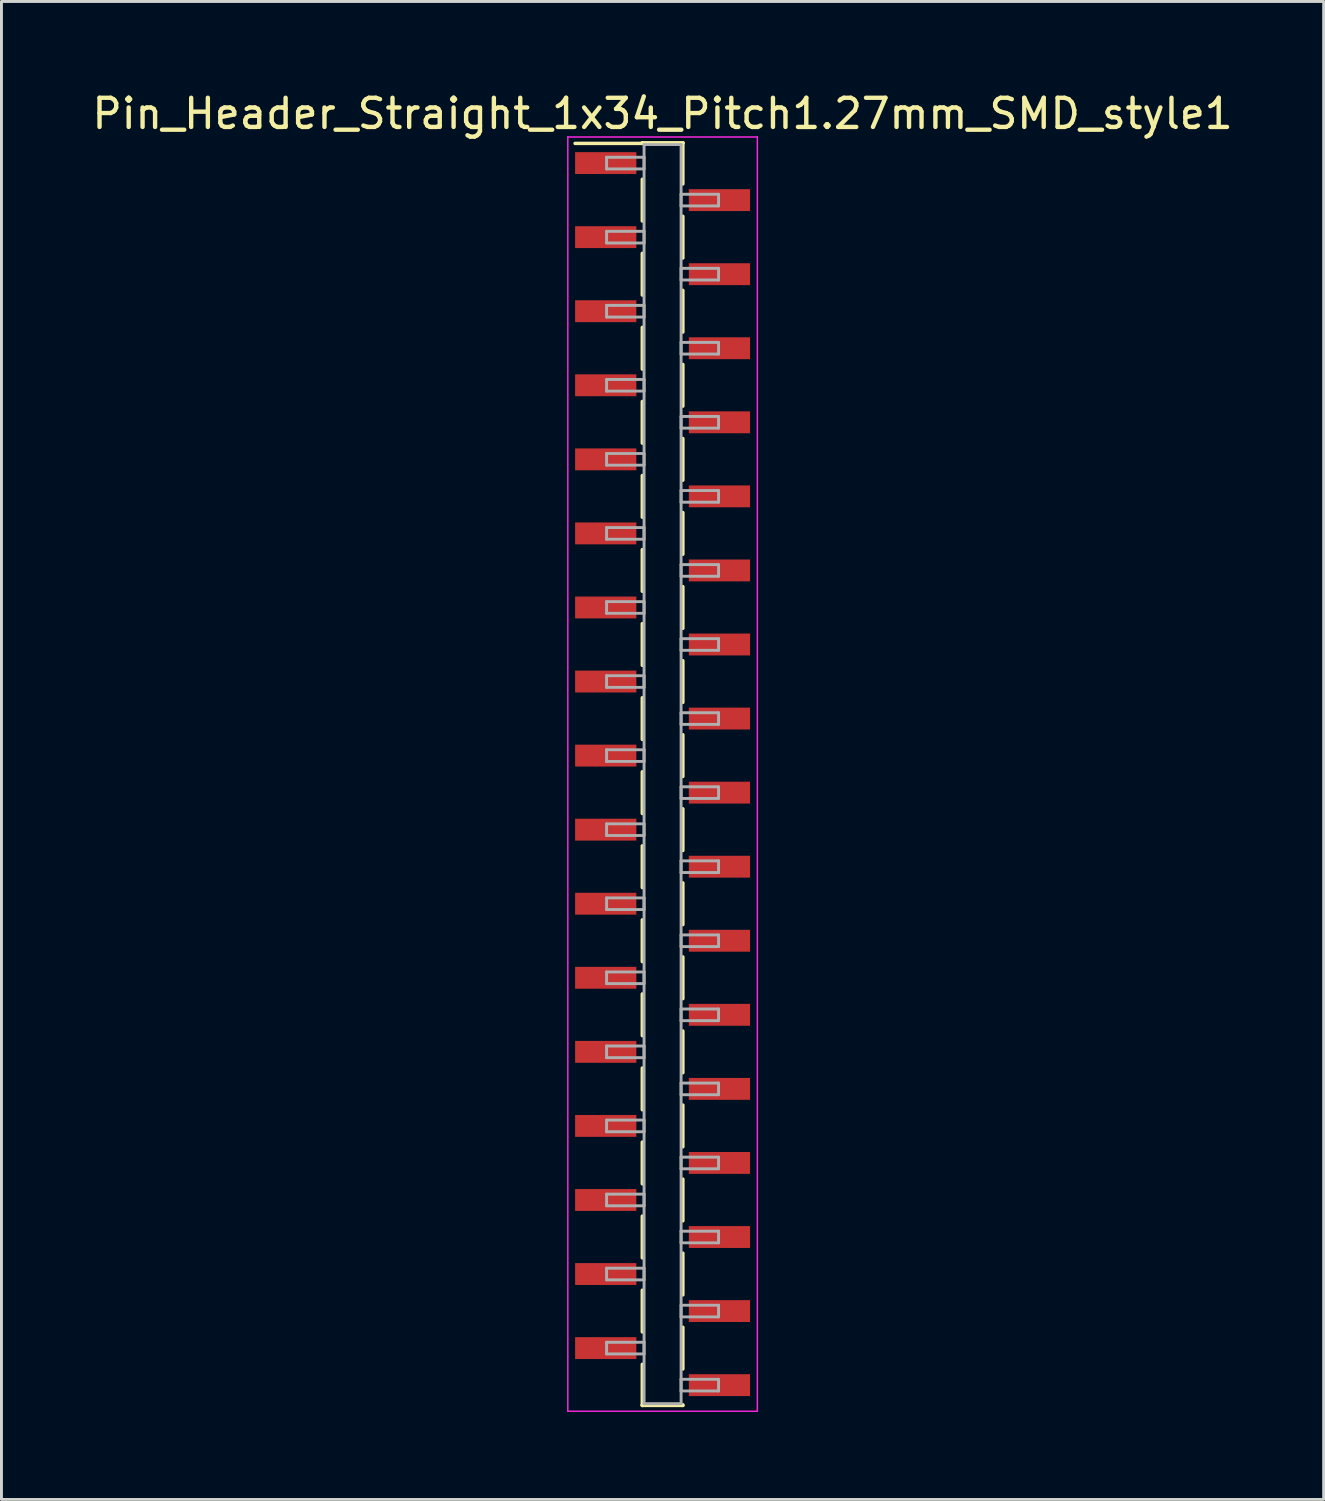
<source format=kicad_pcb>
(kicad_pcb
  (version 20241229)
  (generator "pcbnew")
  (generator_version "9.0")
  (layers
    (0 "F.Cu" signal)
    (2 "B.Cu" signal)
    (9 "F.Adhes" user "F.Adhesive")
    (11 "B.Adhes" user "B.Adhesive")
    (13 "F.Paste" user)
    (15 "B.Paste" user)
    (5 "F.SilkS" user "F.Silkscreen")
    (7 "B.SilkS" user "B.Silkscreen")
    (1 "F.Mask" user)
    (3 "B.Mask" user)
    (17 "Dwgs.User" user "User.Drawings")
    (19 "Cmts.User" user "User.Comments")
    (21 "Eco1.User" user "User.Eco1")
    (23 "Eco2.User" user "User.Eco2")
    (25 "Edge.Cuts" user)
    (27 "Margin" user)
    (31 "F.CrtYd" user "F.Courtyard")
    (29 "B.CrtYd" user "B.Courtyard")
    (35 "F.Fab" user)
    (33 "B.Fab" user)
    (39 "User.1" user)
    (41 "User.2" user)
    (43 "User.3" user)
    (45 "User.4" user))
  (footprint "Pin_Header_Straight_1x34_Pitch1.27mm_SMD_style1"
    (layer "F.Cu")
    (at 19.673 23.498)
    (property "Reference" "Pin_Header_Straight_1x34_Pitch1.27mm_SMD_style1" (at 0 -22.65 0) (layer "F.SilkS") (effects (font (size 1 1) (thickness 0.15))))
    (attr smd)
    (fp_line (start -0.695 -21.65) (end 0.695 -21.65) (stroke (width 0.12) (type solid)) (layer "F.SilkS"))
    (fp_line (start -0.695 -21.63) (end -3 -21.63) (stroke (width 0.12) (type solid)) (layer "F.SilkS"))
    (fp_line (start -0.695 -21.63) (end -0.695 -21.65) (stroke (width 0.12) (type solid)) (layer "F.SilkS"))
    (fp_line (start -0.695 -20.4) (end -0.695 -18.97) (stroke (width 0.12) (type solid)) (layer "F.SilkS"))
    (fp_line (start -0.695 -17.86) (end -0.695 -16.43) (stroke (width 0.12) (type solid)) (layer "F.SilkS"))
    (fp_line (start -0.695 -15.32) (end -0.695 -13.89) (stroke (width 0.12) (type solid)) (layer "F.SilkS"))
    (fp_line (start -0.695 -12.78) (end -0.695 -11.35) (stroke (width 0.12) (type solid)) (layer "F.SilkS"))
    (fp_line (start -0.695 -10.24) (end -0.695 -8.81) (stroke (width 0.12) (type solid)) (layer "F.SilkS"))
    (fp_line (start -0.695 -7.7) (end -0.695 -6.27) (stroke (width 0.12) (type solid)) (layer "F.SilkS"))
    (fp_line (start -0.695 -5.16) (end -0.695 -3.73) (stroke (width 0.12) (type solid)) (layer "F.SilkS"))
    (fp_line (start -0.695 -2.62) (end -0.695 -1.19) (stroke (width 0.12) (type solid)) (layer "F.SilkS"))
    (fp_line (start -0.695 -0.08) (end -0.695 1.35) (stroke (width 0.12) (type solid)) (layer "F.SilkS"))
    (fp_line (start -0.695 2.46) (end -0.695 3.89) (stroke (width 0.12) (type solid)) (layer "F.SilkS"))
    (fp_line (start -0.695 5) (end -0.695 6.43) (stroke (width 0.12) (type solid)) (layer "F.SilkS"))
    (fp_line (start -0.695 7.54) (end -0.695 8.97) (stroke (width 0.12) (type solid)) (layer "F.SilkS"))
    (fp_line (start -0.695 10.08) (end -0.695 11.51) (stroke (width 0.12) (type solid)) (layer "F.SilkS"))
    (fp_line (start -0.695 12.62) (end -0.695 14.05) (stroke (width 0.12) (type solid)) (layer "F.SilkS"))
    (fp_line (start -0.695 15.16) (end -0.695 16.59) (stroke (width 0.12) (type solid)) (layer "F.SilkS"))
    (fp_line (start -0.695 17.7) (end -0.695 19.13) (stroke (width 0.12) (type solid)) (layer "F.SilkS"))
    (fp_line (start -0.695 20.24) (end -0.695 21.65) (stroke (width 0.12) (type solid)) (layer "F.SilkS"))
    (fp_line (start -0.695 21.63) (end -0.695 21.65) (stroke (width 0.12) (type solid)) (layer "F.SilkS"))
    (fp_line (start -0.695 21.65) (end 0.695 21.65) (stroke (width 0.12) (type solid)) (layer "F.SilkS"))
    (fp_line (start 0.695 -21.65) (end 0.695 -21.63) (stroke (width 0.12) (type solid)) (layer "F.SilkS"))
    (fp_line (start 0.695 -21.65) (end 0.695 -20.24) (stroke (width 0.12) (type solid)) (layer "F.SilkS"))
    (fp_line (start 0.695 -19.13) (end 0.695 -17.7) (stroke (width 0.12) (type solid)) (layer "F.SilkS"))
    (fp_line (start 0.695 -16.59) (end 0.695 -15.16) (stroke (width 0.12) (type solid)) (layer "F.SilkS"))
    (fp_line (start 0.695 -14.05) (end 0.695 -12.62) (stroke (width 0.12) (type solid)) (layer "F.SilkS"))
    (fp_line (start 0.695 -11.51) (end 0.695 -10.08) (stroke (width 0.12) (type solid)) (layer "F.SilkS"))
    (fp_line (start 0.695 -8.97) (end 0.695 -7.54) (stroke (width 0.12) (type solid)) (layer "F.SilkS"))
    (fp_line (start 0.695 -6.43) (end 0.695 -5) (stroke (width 0.12) (type solid)) (layer "F.SilkS"))
    (fp_line (start 0.695 -3.89) (end 0.695 -2.46) (stroke (width 0.12) (type solid)) (layer "F.SilkS"))
    (fp_line (start 0.695 -1.35) (end 0.695 0.08) (stroke (width 0.12) (type solid)) (layer "F.SilkS"))
    (fp_line (start 0.695 1.19) (end 0.695 2.62) (stroke (width 0.12) (type solid)) (layer "F.SilkS"))
    (fp_line (start 0.695 3.73) (end 0.695 5.16) (stroke (width 0.12) (type solid)) (layer "F.SilkS"))
    (fp_line (start 0.695 6.27) (end 0.695 7.7) (stroke (width 0.12) (type solid)) (layer "F.SilkS"))
    (fp_line (start 0.695 8.81) (end 0.695 10.24) (stroke (width 0.12) (type solid)) (layer "F.SilkS"))
    (fp_line (start 0.695 11.35) (end 0.695 12.78) (stroke (width 0.12) (type solid)) (layer "F.SilkS"))
    (fp_line (start 0.695 13.89) (end 0.695 15.32) (stroke (width 0.12) (type solid)) (layer "F.SilkS"))
    (fp_line (start 0.695 16.43) (end 0.695 17.86) (stroke (width 0.12) (type solid)) (layer "F.SilkS"))
    (fp_line (start 0.695 18.97) (end 0.695 20.4) (stroke (width 0.12) (type solid)) (layer "F.SilkS"))
    (fp_line (start 0.695 21.65) (end 0.695 21.63) (stroke (width 0.12) (type solid)) (layer "F.SilkS"))
    (fp_line (start -3.25 -21.85) (end -3.25 21.85) (stroke (width 0.05) (type solid)) (layer "F.CrtYd"))
    (fp_line (start -3.25 21.85) (end 3.25 21.85) (stroke (width 0.05) (type solid)) (layer "F.CrtYd"))
    (fp_line (start 3.25 -21.85) (end -3.25 -21.85) (stroke (width 0.05) (type solid)) (layer "F.CrtYd"))
    (fp_line (start 3.25 21.85) (end 3.25 -21.85) (stroke (width 0.05) (type solid)) (layer "F.CrtYd"))
    (fp_line (start -1.92 -21.155) (end -0.635 -21.155) (stroke (width 0.1) (type solid)) (layer "F.Fab"))
    (fp_line (start -1.92 -20.755) (end -1.92 -21.155) (stroke (width 0.1) (type solid)) (layer "F.Fab"))
    (fp_line (start -1.92 -18.615) (end -0.635 -18.615) (stroke (width 0.1) (type solid)) (layer "F.Fab"))
    (fp_line (start -1.92 -18.215) (end -1.92 -18.615) (stroke (width 0.1) (type solid)) (layer "F.Fab"))
    (fp_line (start -1.92 -16.075) (end -0.635 -16.075) (stroke (width 0.1) (type solid)) (layer "F.Fab"))
    (fp_line (start -1.92 -15.675) (end -1.92 -16.075) (stroke (width 0.1) (type solid)) (layer "F.Fab"))
    (fp_line (start -1.92 -13.535) (end -0.635 -13.535) (stroke (width 0.1) (type solid)) (layer "F.Fab"))
    (fp_line (start -1.92 -13.135) (end -1.92 -13.535) (stroke (width 0.1) (type solid)) (layer "F.Fab"))
    (fp_line (start -1.92 -10.995) (end -0.635 -10.995) (stroke (width 0.1) (type solid)) (layer "F.Fab"))
    (fp_line (start -1.92 -10.595) (end -1.92 -10.995) (stroke (width 0.1) (type solid)) (layer "F.Fab"))
    (fp_line (start -1.92 -8.455) (end -0.635 -8.455) (stroke (width 0.1) (type solid)) (layer "F.Fab"))
    (fp_line (start -1.92 -8.055) (end -1.92 -8.455) (stroke (width 0.1) (type solid)) (layer "F.Fab"))
    (fp_line (start -1.92 -5.915) (end -0.635 -5.915) (stroke (width 0.1) (type solid)) (layer "F.Fab"))
    (fp_line (start -1.92 -5.515) (end -1.92 -5.915) (stroke (width 0.1) (type solid)) (layer "F.Fab"))
    (fp_line (start -1.92 -3.375) (end -0.635 -3.375) (stroke (width 0.1) (type solid)) (layer "F.Fab"))
    (fp_line (start -1.92 -2.975) (end -1.92 -3.375) (stroke (width 0.1) (type solid)) (layer "F.Fab"))
    (fp_line (start -1.92 -0.835) (end -0.635 -0.835) (stroke (width 0.1) (type solid)) (layer "F.Fab"))
    (fp_line (start -1.92 -0.435) (end -1.92 -0.835) (stroke (width 0.1) (type solid)) (layer "F.Fab"))
    (fp_line (start -1.92 1.705) (end -0.635 1.705) (stroke (width 0.1) (type solid)) (layer "F.Fab"))
    (fp_line (start -1.92 2.105) (end -1.92 1.705) (stroke (width 0.1) (type solid)) (layer "F.Fab"))
    (fp_line (start -1.92 4.245) (end -0.635 4.245) (stroke (width 0.1) (type solid)) (layer "F.Fab"))
    (fp_line (start -1.92 4.645) (end -1.92 4.245) (stroke (width 0.1) (type solid)) (layer "F.Fab"))
    (fp_line (start -1.92 6.785) (end -0.635 6.785) (stroke (width 0.1) (type solid)) (layer "F.Fab"))
    (fp_line (start -1.92 7.185) (end -1.92 6.785) (stroke (width 0.1) (type solid)) (layer "F.Fab"))
    (fp_line (start -1.92 9.325) (end -0.635 9.325) (stroke (width 0.1) (type solid)) (layer "F.Fab"))
    (fp_line (start -1.92 9.725) (end -1.92 9.325) (stroke (width 0.1) (type solid)) (layer "F.Fab"))
    (fp_line (start -1.92 11.865) (end -0.635 11.865) (stroke (width 0.1) (type solid)) (layer "F.Fab"))
    (fp_line (start -1.92 12.265) (end -1.92 11.865) (stroke (width 0.1) (type solid)) (layer "F.Fab"))
    (fp_line (start -1.92 14.405) (end -0.635 14.405) (stroke (width 0.1) (type solid)) (layer "F.Fab"))
    (fp_line (start -1.92 14.805) (end -1.92 14.405) (stroke (width 0.1) (type solid)) (layer "F.Fab"))
    (fp_line (start -1.92 16.945) (end -0.635 16.945) (stroke (width 0.1) (type solid)) (layer "F.Fab"))
    (fp_line (start -1.92 17.345) (end -1.92 16.945) (stroke (width 0.1) (type solid)) (layer "F.Fab"))
    (fp_line (start -1.92 19.485) (end -0.635 19.485) (stroke (width 0.1) (type solid)) (layer "F.Fab"))
    (fp_line (start -1.92 19.885) (end -1.92 19.485) (stroke (width 0.1) (type solid)) (layer "F.Fab"))
    (fp_line (start -0.635 -21.59) (end -0.635 21.59) (stroke (width 0.1) (type solid)) (layer "F.Fab"))
    (fp_line (start -0.635 -21.155) (end -0.635 -20.755) (stroke (width 0.1) (type solid)) (layer "F.Fab"))
    (fp_line (start -0.635 -20.755) (end -1.92 -20.755) (stroke (width 0.1) (type solid)) (layer "F.Fab"))
    (fp_line (start -0.635 -18.615) (end -0.635 -18.215) (stroke (width 0.1) (type solid)) (layer "F.Fab"))
    (fp_line (start -0.635 -18.215) (end -1.92 -18.215) (stroke (width 0.1) (type solid)) (layer "F.Fab"))
    (fp_line (start -0.635 -16.075) (end -0.635 -15.675) (stroke (width 0.1) (type solid)) (layer "F.Fab"))
    (fp_line (start -0.635 -15.675) (end -1.92 -15.675) (stroke (width 0.1) (type solid)) (layer "F.Fab"))
    (fp_line (start -0.635 -13.535) (end -0.635 -13.135) (stroke (width 0.1) (type solid)) (layer "F.Fab"))
    (fp_line (start -0.635 -13.135) (end -1.92 -13.135) (stroke (width 0.1) (type solid)) (layer "F.Fab"))
    (fp_line (start -0.635 -10.995) (end -0.635 -10.595) (stroke (width 0.1) (type solid)) (layer "F.Fab"))
    (fp_line (start -0.635 -10.595) (end -1.92 -10.595) (stroke (width 0.1) (type solid)) (layer "F.Fab"))
    (fp_line (start -0.635 -8.455) (end -0.635 -8.055) (stroke (width 0.1) (type solid)) (layer "F.Fab"))
    (fp_line (start -0.635 -8.055) (end -1.92 -8.055) (stroke (width 0.1) (type solid)) (layer "F.Fab"))
    (fp_line (start -0.635 -5.915) (end -0.635 -5.515) (stroke (width 0.1) (type solid)) (layer "F.Fab"))
    (fp_line (start -0.635 -5.515) (end -1.92 -5.515) (stroke (width 0.1) (type solid)) (layer "F.Fab"))
    (fp_line (start -0.635 -3.375) (end -0.635 -2.975) (stroke (width 0.1) (type solid)) (layer "F.Fab"))
    (fp_line (start -0.635 -2.975) (end -1.92 -2.975) (stroke (width 0.1) (type solid)) (layer "F.Fab"))
    (fp_line (start -0.635 -0.835) (end -0.635 -0.435) (stroke (width 0.1) (type solid)) (layer "F.Fab"))
    (fp_line (start -0.635 -0.435) (end -1.92 -0.435) (stroke (width 0.1) (type solid)) (layer "F.Fab"))
    (fp_line (start -0.635 1.705) (end -0.635 2.105) (stroke (width 0.1) (type solid)) (layer "F.Fab"))
    (fp_line (start -0.635 2.105) (end -1.92 2.105) (stroke (width 0.1) (type solid)) (layer "F.Fab"))
    (fp_line (start -0.635 4.245) (end -0.635 4.645) (stroke (width 0.1) (type solid)) (layer "F.Fab"))
    (fp_line (start -0.635 4.645) (end -1.92 4.645) (stroke (width 0.1) (type solid)) (layer "F.Fab"))
    (fp_line (start -0.635 6.785) (end -0.635 7.185) (stroke (width 0.1) (type solid)) (layer "F.Fab"))
    (fp_line (start -0.635 7.185) (end -1.92 7.185) (stroke (width 0.1) (type solid)) (layer "F.Fab"))
    (fp_line (start -0.635 9.325) (end -0.635 9.725) (stroke (width 0.1) (type solid)) (layer "F.Fab"))
    (fp_line (start -0.635 9.725) (end -1.92 9.725) (stroke (width 0.1) (type solid)) (layer "F.Fab"))
    (fp_line (start -0.635 11.865) (end -0.635 12.265) (stroke (width 0.1) (type solid)) (layer "F.Fab"))
    (fp_line (start -0.635 12.265) (end -1.92 12.265) (stroke (width 0.1) (type solid)) (layer "F.Fab"))
    (fp_line (start -0.635 14.405) (end -0.635 14.805) (stroke (width 0.1) (type solid)) (layer "F.Fab"))
    (fp_line (start -0.635 14.805) (end -1.92 14.805) (stroke (width 0.1) (type solid)) (layer "F.Fab"))
    (fp_line (start -0.635 16.945) (end -0.635 17.345) (stroke (width 0.1) (type solid)) (layer "F.Fab"))
    (fp_line (start -0.635 17.345) (end -1.92 17.345) (stroke (width 0.1) (type solid)) (layer "F.Fab"))
    (fp_line (start -0.635 19.485) (end -0.635 19.885) (stroke (width 0.1) (type solid)) (layer "F.Fab"))
    (fp_line (start -0.635 19.885) (end -1.92 19.885) (stroke (width 0.1) (type solid)) (layer "F.Fab"))
    (fp_line (start -0.635 21.59) (end 0.635 21.59) (stroke (width 0.1) (type solid)) (layer "F.Fab"))
    (fp_line (start 0.635 -21.59) (end -0.635 -21.59) (stroke (width 0.1) (type solid)) (layer "F.Fab"))
    (fp_line (start 0.635 -19.885) (end 0.635 -19.485) (stroke (width 0.1) (type solid)) (layer "F.Fab"))
    (fp_line (start 0.635 -19.485) (end 1.92 -19.485) (stroke (width 0.1) (type solid)) (layer "F.Fab"))
    (fp_line (start 0.635 -17.345) (end 0.635 -16.945) (stroke (width 0.1) (type solid)) (layer "F.Fab"))
    (fp_line (start 0.635 -16.945) (end 1.92 -16.945) (stroke (width 0.1) (type solid)) (layer "F.Fab"))
    (fp_line (start 0.635 -14.805) (end 0.635 -14.405) (stroke (width 0.1) (type solid)) (layer "F.Fab"))
    (fp_line (start 0.635 -14.405) (end 1.92 -14.405) (stroke (width 0.1) (type solid)) (layer "F.Fab"))
    (fp_line (start 0.635 -12.265) (end 0.635 -11.865) (stroke (width 0.1) (type solid)) (layer "F.Fab"))
    (fp_line (start 0.635 -11.865) (end 1.92 -11.865) (stroke (width 0.1) (type solid)) (layer "F.Fab"))
    (fp_line (start 0.635 -9.725) (end 0.635 -9.325) (stroke (width 0.1) (type solid)) (layer "F.Fab"))
    (fp_line (start 0.635 -9.325) (end 1.92 -9.325) (stroke (width 0.1) (type solid)) (layer "F.Fab"))
    (fp_line (start 0.635 -7.185) (end 0.635 -6.785) (stroke (width 0.1) (type solid)) (layer "F.Fab"))
    (fp_line (start 0.635 -6.785) (end 1.92 -6.785) (stroke (width 0.1) (type solid)) (layer "F.Fab"))
    (fp_line (start 0.635 -4.645) (end 0.635 -4.245) (stroke (width 0.1) (type solid)) (layer "F.Fab"))
    (fp_line (start 0.635 -4.245) (end 1.92 -4.245) (stroke (width 0.1) (type solid)) (layer "F.Fab"))
    (fp_line (start 0.635 -2.105) (end 0.635 -1.705) (stroke (width 0.1) (type solid)) (layer "F.Fab"))
    (fp_line (start 0.635 -1.705) (end 1.92 -1.705) (stroke (width 0.1) (type solid)) (layer "F.Fab"))
    (fp_line (start 0.635 0.435) (end 0.635 0.835) (stroke (width 0.1) (type solid)) (layer "F.Fab"))
    (fp_line (start 0.635 0.835) (end 1.92 0.835) (stroke (width 0.1) (type solid)) (layer "F.Fab"))
    (fp_line (start 0.635 2.975) (end 0.635 3.375) (stroke (width 0.1) (type solid)) (layer "F.Fab"))
    (fp_line (start 0.635 3.375) (end 1.92 3.375) (stroke (width 0.1) (type solid)) (layer "F.Fab"))
    (fp_line (start 0.635 5.515) (end 0.635 5.915) (stroke (width 0.1) (type solid)) (layer "F.Fab"))
    (fp_line (start 0.635 5.915) (end 1.92 5.915) (stroke (width 0.1) (type solid)) (layer "F.Fab"))
    (fp_line (start 0.635 8.055) (end 0.635 8.455) (stroke (width 0.1) (type solid)) (layer "F.Fab"))
    (fp_line (start 0.635 8.455) (end 1.92 8.455) (stroke (width 0.1) (type solid)) (layer "F.Fab"))
    (fp_line (start 0.635 10.595) (end 0.635 10.995) (stroke (width 0.1) (type solid)) (layer "F.Fab"))
    (fp_line (start 0.635 10.995) (end 1.92 10.995) (stroke (width 0.1) (type solid)) (layer "F.Fab"))
    (fp_line (start 0.635 13.135) (end 0.635 13.535) (stroke (width 0.1) (type solid)) (layer "F.Fab"))
    (fp_line (start 0.635 13.535) (end 1.92 13.535) (stroke (width 0.1) (type solid)) (layer "F.Fab"))
    (fp_line (start 0.635 15.675) (end 0.635 16.075) (stroke (width 0.1) (type solid)) (layer "F.Fab"))
    (fp_line (start 0.635 16.075) (end 1.92 16.075) (stroke (width 0.1) (type solid)) (layer "F.Fab"))
    (fp_line (start 0.635 18.215) (end 0.635 18.615) (stroke (width 0.1) (type solid)) (layer "F.Fab"))
    (fp_line (start 0.635 18.615) (end 1.92 18.615) (stroke (width 0.1) (type solid)) (layer "F.Fab"))
    (fp_line (start 0.635 20.755) (end 0.635 21.155) (stroke (width 0.1) (type solid)) (layer "F.Fab"))
    (fp_line (start 0.635 21.155) (end 1.92 21.155) (stroke (width 0.1) (type solid)) (layer "F.Fab"))
    (fp_line (start 0.635 21.59) (end 0.635 -21.59) (stroke (width 0.1) (type solid)) (layer "F.Fab"))
    (fp_line (start 1.92 -19.885) (end 0.635 -19.885) (stroke (width 0.1) (type solid)) (layer "F.Fab"))
    (fp_line (start 1.92 -19.485) (end 1.92 -19.885) (stroke (width 0.1) (type solid)) (layer "F.Fab"))
    (fp_line (start 1.92 -17.345) (end 0.635 -17.345) (stroke (width 0.1) (type solid)) (layer "F.Fab"))
    (fp_line (start 1.92 -16.945) (end 1.92 -17.345) (stroke (width 0.1) (type solid)) (layer "F.Fab"))
    (fp_line (start 1.92 -14.805) (end 0.635 -14.805) (stroke (width 0.1) (type solid)) (layer "F.Fab"))
    (fp_line (start 1.92 -14.405) (end 1.92 -14.805) (stroke (width 0.1) (type solid)) (layer "F.Fab"))
    (fp_line (start 1.92 -12.265) (end 0.635 -12.265) (stroke (width 0.1) (type solid)) (layer "F.Fab"))
    (fp_line (start 1.92 -11.865) (end 1.92 -12.265) (stroke (width 0.1) (type solid)) (layer "F.Fab"))
    (fp_line (start 1.92 -9.725) (end 0.635 -9.725) (stroke (width 0.1) (type solid)) (layer "F.Fab"))
    (fp_line (start 1.92 -9.325) (end 1.92 -9.725) (stroke (width 0.1) (type solid)) (layer "F.Fab"))
    (fp_line (start 1.92 -7.185) (end 0.635 -7.185) (stroke (width 0.1) (type solid)) (layer "F.Fab"))
    (fp_line (start 1.92 -6.785) (end 1.92 -7.185) (stroke (width 0.1) (type solid)) (layer "F.Fab"))
    (fp_line (start 1.92 -4.645) (end 0.635 -4.645) (stroke (width 0.1) (type solid)) (layer "F.Fab"))
    (fp_line (start 1.92 -4.245) (end 1.92 -4.645) (stroke (width 0.1) (type solid)) (layer "F.Fab"))
    (fp_line (start 1.92 -2.105) (end 0.635 -2.105) (stroke (width 0.1) (type solid)) (layer "F.Fab"))
    (fp_line (start 1.92 -1.705) (end 1.92 -2.105) (stroke (width 0.1) (type solid)) (layer "F.Fab"))
    (fp_line (start 1.92 0.435) (end 0.635 0.435) (stroke (width 0.1) (type solid)) (layer "F.Fab"))
    (fp_line (start 1.92 0.835) (end 1.92 0.435) (stroke (width 0.1) (type solid)) (layer "F.Fab"))
    (fp_line (start 1.92 2.975) (end 0.635 2.975) (stroke (width 0.1) (type solid)) (layer "F.Fab"))
    (fp_line (start 1.92 3.375) (end 1.92 2.975) (stroke (width 0.1) (type solid)) (layer "F.Fab"))
    (fp_line (start 1.92 5.515) (end 0.635 5.515) (stroke (width 0.1) (type solid)) (layer "F.Fab"))
    (fp_line (start 1.92 5.915) (end 1.92 5.515) (stroke (width 0.1) (type solid)) (layer "F.Fab"))
    (fp_line (start 1.92 8.055) (end 0.635 8.055) (stroke (width 0.1) (type solid)) (layer "F.Fab"))
    (fp_line (start 1.92 8.455) (end 1.92 8.055) (stroke (width 0.1) (type solid)) (layer "F.Fab"))
    (fp_line (start 1.92 10.595) (end 0.635 10.595) (stroke (width 0.1) (type solid)) (layer "F.Fab"))
    (fp_line (start 1.92 10.995) (end 1.92 10.595) (stroke (width 0.1) (type solid)) (layer "F.Fab"))
    (fp_line (start 1.92 13.135) (end 0.635 13.135) (stroke (width 0.1) (type solid)) (layer "F.Fab"))
    (fp_line (start 1.92 13.535) (end 1.92 13.135) (stroke (width 0.1) (type solid)) (layer "F.Fab"))
    (fp_line (start 1.92 15.675) (end 0.635 15.675) (stroke (width 0.1) (type solid)) (layer "F.Fab"))
    (fp_line (start 1.92 16.075) (end 1.92 15.675) (stroke (width 0.1) (type solid)) (layer "F.Fab"))
    (fp_line (start 1.92 18.215) (end 0.635 18.215) (stroke (width 0.1) (type solid)) (layer "F.Fab"))
    (fp_line (start 1.92 18.615) (end 1.92 18.215) (stroke (width 0.1) (type solid)) (layer "F.Fab"))
    (fp_line (start 1.92 20.755) (end 0.635 20.755) (stroke (width 0.1) (type solid)) (layer "F.Fab"))
    (fp_line (start 1.92 21.155) (end 1.92 20.755) (stroke (width 0.1) (type solid)) (layer "F.Fab"))
    (pad "1" smd rect (at -1.95 -20.955) (size 2.1 0.75) (layers "F.Cu" "F.Mask"))
    (pad "2" smd rect (at 1.95 -19.685) (size 2.1 0.75) (layers "F.Cu" "F.Mask"))
    (pad "3" smd rect (at -1.95 -18.415) (size 2.1 0.75) (layers "F.Cu" "F.Mask"))
    (pad "4" smd rect (at 1.95 -17.145) (size 2.1 0.75) (layers "F.Cu" "F.Mask"))
    (pad "5" smd rect (at -1.95 -15.875) (size 2.1 0.75) (layers "F.Cu" "F.Mask"))
    (pad "6" smd rect (at 1.95 -14.605) (size 2.1 0.75) (layers "F.Cu" "F.Mask"))
    (pad "7" smd rect (at -1.95 -13.335) (size 2.1 0.75) (layers "F.Cu" "F.Mask"))
    (pad "8" smd rect (at 1.95 -12.065) (size 2.1 0.75) (layers "F.Cu" "F.Mask"))
    (pad "9" smd rect (at -1.95 -10.795) (size 2.1 0.75) (layers "F.Cu" "F.Mask"))
    (pad "10" smd rect (at 1.95 -9.525) (size 2.1 0.75) (layers "F.Cu" "F.Mask"))
    (pad "11" smd rect (at -1.95 -8.255) (size 2.1 0.75) (layers "F.Cu" "F.Mask"))
    (pad "12" smd rect (at 1.95 -6.985) (size 2.1 0.75) (layers "F.Cu" "F.Mask"))
    (pad "13" smd rect (at -1.95 -5.715) (size 2.1 0.75) (layers "F.Cu" "F.Mask"))
    (pad "14" smd rect (at 1.95 -4.445) (size 2.1 0.75) (layers "F.Cu" "F.Mask"))
    (pad "15" smd rect (at -1.95 -3.175) (size 2.1 0.75) (layers "F.Cu" "F.Mask"))
    (pad "16" smd rect (at 1.95 -1.905) (size 2.1 0.75) (layers "F.Cu" "F.Mask"))
    (pad "17" smd rect (at -1.95 -0.635) (size 2.1 0.75) (layers "F.Cu" "F.Mask"))
    (pad "18" smd rect (at 1.95 0.635) (size 2.1 0.75) (layers "F.Cu" "F.Mask"))
    (pad "19" smd rect (at -1.95 1.905) (size 2.1 0.75) (layers "F.Cu" "F.Mask"))
    (pad "20" smd rect (at 1.95 3.175) (size 2.1 0.75) (layers "F.Cu" "F.Mask"))
    (pad "21" smd rect (at -1.95 4.445) (size 2.1 0.75) (layers "F.Cu" "F.Mask"))
    (pad "22" smd rect (at 1.95 5.715) (size 2.1 0.75) (layers "F.Cu" "F.Mask"))
    (pad "23" smd rect (at -1.95 6.985) (size 2.1 0.75) (layers "F.Cu" "F.Mask"))
    (pad "24" smd rect (at 1.95 8.255) (size 2.1 0.75) (layers "F.Cu" "F.Mask"))
    (pad "25" smd rect (at -1.95 9.525) (size 2.1 0.75) (layers "F.Cu" "F.Mask"))
    (pad "26" smd rect (at 1.95 10.795) (size 2.1 0.75) (layers "F.Cu" "F.Mask"))
    (pad "27" smd rect (at -1.95 12.065) (size 2.1 0.75) (layers "F.Cu" "F.Mask"))
    (pad "28" smd rect (at 1.95 13.335) (size 2.1 0.75) (layers "F.Cu" "F.Mask"))
    (pad "29" smd rect (at -1.95 14.605) (size 2.1 0.75) (layers "F.Cu" "F.Mask"))
    (pad "30" smd rect (at 1.95 15.875) (size 2.1 0.75) (layers "F.Cu" "F.Mask"))
    (pad "31" smd rect (at -1.95 17.145) (size 2.1 0.75) (layers "F.Cu" "F.Mask"))
    (pad "32" smd rect (at 1.95 18.415) (size 2.1 0.75) (layers "F.Cu" "F.Mask"))
    (pad "33" smd rect (at -1.95 19.685) (size 2.1 0.75) (layers "F.Cu" "F.Mask"))
    (pad "34" smd rect (at 1.95 20.955) (size 2.1 0.75) (layers "F.Cu" "F.Mask")))
  (gr_rect
    (start -3 -3)
    (end 42.345 48.373)
    (stroke (width 0.1) (type default))
    (fill no)
    (layer "Edge.Cuts")))
</source>
